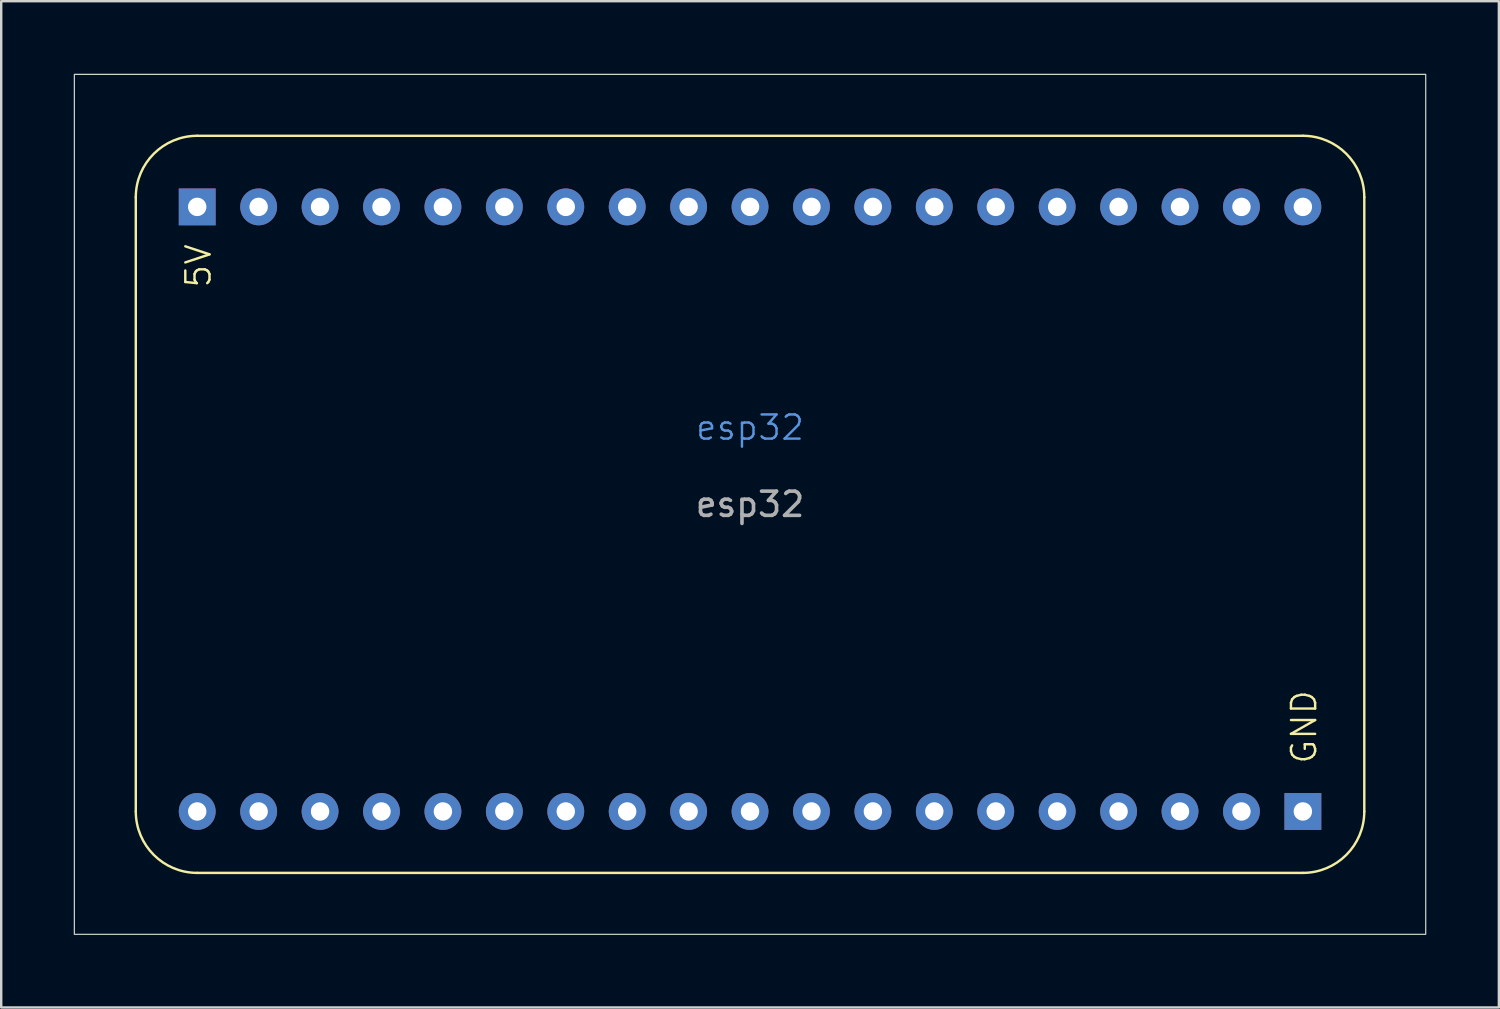
<source format=kicad_pcb>
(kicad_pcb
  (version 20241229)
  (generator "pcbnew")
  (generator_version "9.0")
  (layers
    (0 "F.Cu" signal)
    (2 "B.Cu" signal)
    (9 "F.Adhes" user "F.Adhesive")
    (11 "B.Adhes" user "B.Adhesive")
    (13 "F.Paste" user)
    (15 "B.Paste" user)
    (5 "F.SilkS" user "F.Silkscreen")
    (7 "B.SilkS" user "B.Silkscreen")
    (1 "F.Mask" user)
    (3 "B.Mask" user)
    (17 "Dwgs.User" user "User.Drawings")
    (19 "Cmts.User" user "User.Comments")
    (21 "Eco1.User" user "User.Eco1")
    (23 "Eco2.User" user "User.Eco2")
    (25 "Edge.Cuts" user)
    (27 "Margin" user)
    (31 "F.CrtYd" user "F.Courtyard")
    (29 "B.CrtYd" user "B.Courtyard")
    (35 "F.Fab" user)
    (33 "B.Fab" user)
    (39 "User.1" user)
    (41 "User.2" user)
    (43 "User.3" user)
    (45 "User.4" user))
  (footprint "esp32"
    (layer "F.Cu")
    (at 27.965 17.805)
    (property "Reference" "esp32" (at 0 -3.175 0) (unlocked yes) (layer "Cmts.User") (effects (font (size 1 1) (thickness 0.1))))
    (attr through_hole)
    (fp_line (start -25.4 -12.7) (end -25.4 12.7) (stroke (width 0.1) (type default)) (layer "F.SilkS"))
    (fp_line (start -22.86 15.24) (end 22.86 15.24) (stroke (width 0.1) (type default)) (layer "F.SilkS"))
    (fp_line (start 22.86 -15.24) (end -22.86 -15.24) (stroke (width 0.1) (type default)) (layer "F.SilkS"))
    (fp_line (start 25.4 12.7) (end 25.4 -12.7) (stroke (width 0.1) (type default)) (layer "F.SilkS"))
    (fp_arc (start -25.4 -12.7) (mid -24.656051 -14.496051) (end -22.86 -15.24) (stroke (width 0.1) (type default)) (layer "F.SilkS"))
    (fp_arc (start -22.86 15.24) (mid -24.656051 14.496051) (end -25.4 12.7) (stroke (width 0.1) (type default)) (layer "F.SilkS"))
    (fp_arc (start 22.86 -15.24) (mid 24.656051 -14.496051) (end 25.4 -12.7) (stroke (width 0.1) (type default)) (layer "F.SilkS"))
    (fp_arc (start 25.4 12.7) (mid 24.656051 14.496051) (end 22.86 15.24) (stroke (width 0.1) (type default)) (layer "F.SilkS"))
    (fp_rect (start 27.94 17.78) (end -27.94 -17.78) (stroke (width 0.05) (type default)) (fill no) (layer "Edge.Cuts"))
    (fp_text user "GND" (at 23.495 10.795 90) (unlocked yes) (layer "F.SilkS") (effects (font (size 1 1) (thickness 0.1)) (justify left bottom)))
    (fp_text user "5V" (at -22.225 -8.89 90) (unlocked yes) (layer "F.SilkS") (effects (font (size 1 1) (thickness 0.1)) (justify left bottom)))
    (fp_text user "${REFERENCE}" (at 0 0 0) (unlocked yes) (layer "F.Fab") (effects (font (size 1 1) (thickness 0.15))))
    (pad "1" thru_hole rect (at -22.86 -12.3) (size 1.524 1.524) (drill 0.762) (layers "*.Cu" "*.Mask"))
    (pad "2" thru_hole circle (at -20.32 -12.3) (size 1.524 1.524) (drill 0.762) (layers "*.Cu" "*.Mask"))
    (pad "3" thru_hole circle (at -17.78 -12.3) (size 1.524 1.524) (drill 0.762) (layers "*.Cu" "*.Mask"))
    (pad "4" thru_hole circle (at -15.24 -12.3) (size 1.524 1.524) (drill 0.762) (layers "*.Cu" "*.Mask"))
    (pad "5" thru_hole circle (at -12.7 -12.3) (size 1.524 1.524) (drill 0.762) (layers "*.Cu" "*.Mask"))
    (pad "6" thru_hole circle (at -10.16 -12.3) (size 1.524 1.524) (drill 0.762) (layers "*.Cu" "*.Mask"))
    (pad "7" thru_hole circle (at -7.62 -12.3) (size 1.524 1.524) (drill 0.762) (layers "*.Cu" "*.Mask"))
    (pad "8" thru_hole circle (at -5.08 -12.3) (size 1.524 1.524) (drill 0.762) (layers "*.Cu" "*.Mask"))
    (pad "9" thru_hole circle (at -2.54 -12.3) (size 1.524 1.524) (drill 0.762) (layers "*.Cu" "*.Mask"))
    (pad "10" thru_hole circle (at 0 -12.3) (size 1.524 1.524) (drill 0.762) (layers "*.Cu" "*.Mask"))
    (pad "11" thru_hole circle (at 2.54 -12.3) (size 1.524 1.524) (drill 0.762) (layers "*.Cu" "*.Mask"))
    (pad "12" thru_hole circle (at 5.08 -12.3) (size 1.524 1.524) (drill 0.762) (layers "*.Cu" "*.Mask"))
    (pad "13" thru_hole circle (at 7.62 -12.3) (size 1.524 1.524) (drill 0.762) (layers "*.Cu" "*.Mask"))
    (pad "14" thru_hole circle (at 10.16 -12.3) (size 1.524 1.524) (drill 0.762) (layers "*.Cu" "*.Mask"))
    (pad "15" thru_hole circle (at 12.7 -12.3) (size 1.524 1.524) (drill 0.762) (layers "*.Cu" "*.Mask"))
    (pad "16" thru_hole circle (at 15.24 -12.3) (size 1.524 1.524) (drill 0.762) (layers "*.Cu" "*.Mask"))
    (pad "17" thru_hole circle (at 17.78 -12.3) (size 1.524 1.524) (drill 0.762) (layers "*.Cu" "*.Mask"))
    (pad "18" thru_hole circle (at 20.32 -12.3) (size 1.524 1.524) (drill 0.762) (layers "*.Cu" "*.Mask"))
    (pad "19" thru_hole circle (at 22.86 -12.3) (size 1.524 1.524) (drill 0.762) (layers "*.Cu" "*.Mask"))
    (pad "20" thru_hole circle (at -22.86 12.7) (size 1.524 1.524) (drill 0.762) (layers "*.Cu" "*.Mask"))
    (pad "21" thru_hole circle (at -20.32 12.7) (size 1.524 1.524) (drill 0.762) (layers "*.Cu" "*.Mask"))
    (pad "22" thru_hole circle (at -17.78 12.7) (size 1.524 1.524) (drill 0.762) (layers "*.Cu" "*.Mask"))
    (pad "23" thru_hole circle (at -15.24 12.7) (size 1.524 1.524) (drill 0.762) (layers "*.Cu" "*.Mask"))
    (pad "24" thru_hole circle (at -12.7 12.7) (size 1.524 1.524) (drill 0.762) (layers "*.Cu" "*.Mask"))
    (pad "25" thru_hole circle (at -10.16 12.7) (size 1.524 1.524) (drill 0.762) (layers "*.Cu" "*.Mask"))
    (pad "26" thru_hole circle (at -7.62 12.7) (size 1.524 1.524) (drill 0.762) (layers "*.Cu" "*.Mask"))
    (pad "27" thru_hole circle (at -5.08 12.7) (size 1.524 1.524) (drill 0.762) (layers "*.Cu" "*.Mask"))
    (pad "28" thru_hole circle (at -2.54 12.7) (size 1.524 1.524) (drill 0.762) (layers "*.Cu" "*.Mask"))
    (pad "29" thru_hole circle (at 0 12.7) (size 1.524 1.524) (drill 0.762) (layers "*.Cu" "*.Mask"))
    (pad "30" thru_hole circle (at 2.54 12.7) (size 1.524 1.524) (drill 0.762) (layers "*.Cu" "*.Mask"))
    (pad "31" thru_hole circle (at 5.08 12.7) (size 1.524 1.524) (drill 0.762) (layers "*.Cu" "*.Mask"))
    (pad "32" thru_hole circle (at 7.62 12.7) (size 1.524 1.524) (drill 0.762) (layers "*.Cu" "*.Mask"))
    (pad "33" thru_hole circle (at 10.16 12.7) (size 1.524 1.524) (drill 0.762) (layers "*.Cu" "*.Mask"))
    (pad "34" thru_hole circle (at 12.7 12.7) (size 1.524 1.524) (drill 0.762) (layers "*.Cu" "*.Mask"))
    (pad "35" thru_hole circle (at 15.24 12.7) (size 1.524 1.524) (drill 0.762) (layers "*.Cu" "*.Mask"))
    (pad "36" thru_hole circle (at 17.78 12.7) (size 1.524 1.524) (drill 0.762) (layers "*.Cu" "*.Mask"))
    (pad "37" thru_hole circle (at 20.32 12.7) (size 1.524 1.524) (drill 0.762) (layers "*.Cu" "*.Mask"))
    (pad "38" thru_hole rect (at 22.86 12.7) (size 1.524 1.524) (drill 0.762) (layers "*.Cu" "*.Mask")))
  (gr_rect
    (start -3 -3)
    (end 58.93 38.61)
    (stroke (width 0.1) (type default))
    (fill no)
    (layer "Edge.Cuts")))
</source>
